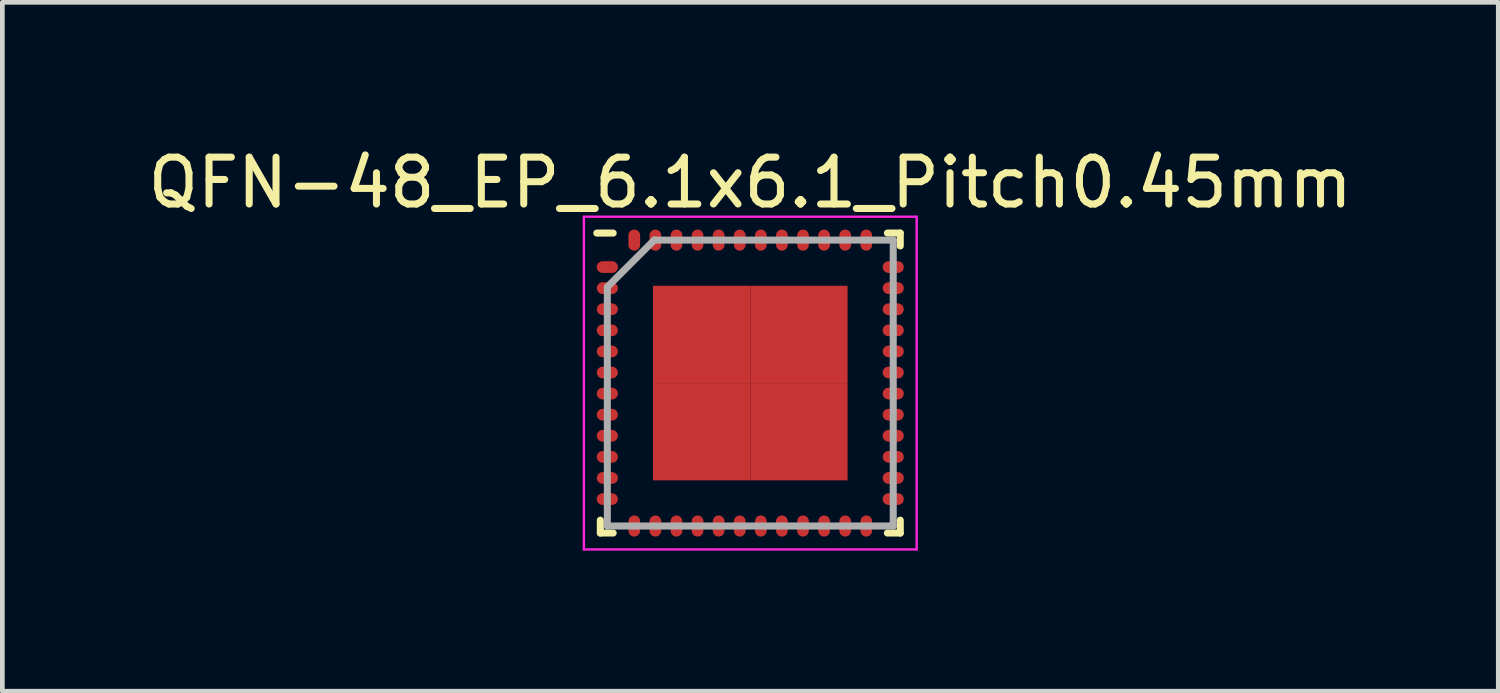
<source format=kicad_pcb>
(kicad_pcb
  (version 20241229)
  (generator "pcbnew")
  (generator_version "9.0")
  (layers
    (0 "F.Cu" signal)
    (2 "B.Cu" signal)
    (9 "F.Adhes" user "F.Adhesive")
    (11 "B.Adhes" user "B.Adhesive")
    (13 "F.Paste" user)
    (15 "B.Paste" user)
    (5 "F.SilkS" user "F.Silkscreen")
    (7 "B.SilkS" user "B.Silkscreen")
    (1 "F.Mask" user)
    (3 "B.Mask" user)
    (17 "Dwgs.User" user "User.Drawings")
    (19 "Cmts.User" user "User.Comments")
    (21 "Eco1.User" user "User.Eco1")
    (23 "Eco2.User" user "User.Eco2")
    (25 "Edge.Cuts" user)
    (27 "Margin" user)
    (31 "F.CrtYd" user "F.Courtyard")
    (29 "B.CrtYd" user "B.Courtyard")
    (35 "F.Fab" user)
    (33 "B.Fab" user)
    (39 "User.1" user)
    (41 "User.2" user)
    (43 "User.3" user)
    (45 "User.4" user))
  (footprint "QFN-48_EP_6.1x6.1_Pitch0.45mm"
    (layer "F.Cu")
    (at 12.958 5.123)
    (property "Reference" "QFN-48_EP_6.1x6.1_Pitch0.45mm" (at 0 -4.275 0) (layer "F.SilkS") (effects (font (size 1 1) (thickness 0.15))))
    (attr smd)
    (fp_line (start -3.2 3.2) (end -3.2 2.925) (stroke (width 0.15) (type solid)) (layer "F.SilkS"))
    (fp_line (start -2.925 -3.2) (end -3.275 -3.2) (stroke (width 0.15) (type solid)) (layer "F.SilkS"))
    (fp_line (start -2.925 3.2) (end -3.2 3.2) (stroke (width 0.15) (type solid)) (layer "F.SilkS"))
    (fp_line (start 2.925 -3.2) (end 3.2 -3.2) (stroke (width 0.15) (type solid)) (layer "F.SilkS"))
    (fp_line (start 2.925 3.2) (end 3.2 3.2) (stroke (width 0.15) (type solid)) (layer "F.SilkS"))
    (fp_line (start 3.2 -3.2) (end 3.2 -2.925) (stroke (width 0.15) (type solid)) (layer "F.SilkS"))
    (fp_line (start 3.2 3.2) (end 3.2 2.925) (stroke (width 0.15) (type solid)) (layer "F.SilkS"))
    (fp_line (start -3.55 -3.55) (end 3.55 -3.55) (stroke (width 0.05) (type solid)) (layer "F.CrtYd"))
    (fp_line (start -3.55 3.55) (end -3.55 -3.55) (stroke (width 0.05) (type solid)) (layer "F.CrtYd"))
    (fp_line (start 3.55 -3.55) (end 3.55 3.55) (stroke (width 0.05) (type solid)) (layer "F.CrtYd"))
    (fp_line (start 3.55 3.55) (end -3.55 3.55) (stroke (width 0.05) (type solid)) (layer "F.CrtYd"))
    (fp_line (start -3.05 -2.05) (end -3.05 3.05) (stroke (width 0.15) (type solid)) (layer "F.Fab"))
    (fp_line (start -3.05 3.05) (end 3.05 3.05) (stroke (width 0.15) (type solid)) (layer "F.Fab"))
    (fp_line (start -2.05 -3.05) (end -3.05 -2.05) (stroke (width 0.15) (type solid)) (layer "F.Fab"))
    (fp_line (start 3.05 -3.05) (end -2.05 -3.05) (stroke (width 0.15) (type solid)) (layer "F.Fab"))
    (fp_line (start 3.05 3.05) (end 3.05 -3.05) (stroke (width 0.15) (type solid)) (layer "F.Fab"))
    (pad "1" smd oval (at -3.05 -2.475 90) (size 0.25 0.45) (layers "F.Cu" "F.Mask" "F.Paste"))
    (pad "2" smd oval (at -3.05 -2.025 90) (size 0.25 0.45) (layers "F.Cu" "F.Mask" "F.Paste"))
    (pad "3" smd oval (at -3.05 -1.575 90) (size 0.25 0.45) (layers "F.Cu" "F.Mask" "F.Paste"))
    (pad "4" smd oval (at -3.05 -1.125 90) (size 0.25 0.45) (layers "F.Cu" "F.Mask" "F.Paste"))
    (pad "5" smd oval (at -3.05 -0.675 90) (size 0.25 0.45) (layers "F.Cu" "F.Mask" "F.Paste"))
    (pad "6" smd oval (at -3.05 -0.225 90) (size 0.25 0.45) (layers "F.Cu" "F.Mask" "F.Paste"))
    (pad "7" smd oval (at -3.05 0.225 90) (size 0.25 0.45) (layers "F.Cu" "F.Mask" "F.Paste"))
    (pad "8" smd oval (at -3.05 0.675 90) (size 0.25 0.45) (layers "F.Cu" "F.Mask" "F.Paste"))
    (pad "9" smd oval (at -3.05 1.125 90) (size 0.25 0.45) (layers "F.Cu" "F.Mask" "F.Paste"))
    (pad "10" smd oval (at -3.05 1.575 90) (size 0.25 0.45) (layers "F.Cu" "F.Mask" "F.Paste"))
    (pad "11" smd oval (at -3.05 2.025 90) (size 0.25 0.45) (layers "F.Cu" "F.Mask" "F.Paste"))
    (pad "12" smd oval (at -3.05 2.475 90) (size 0.25 0.45) (layers "F.Cu" "F.Mask" "F.Paste"))
    (pad "13" smd oval (at -2.475 3.05) (size 0.25 0.45) (layers "F.Cu" "F.Mask" "F.Paste"))
    (pad "14" smd oval (at -2.025 3.05) (size 0.25 0.45) (layers "F.Cu" "F.Mask" "F.Paste"))
    (pad "15" smd oval (at -1.575 3.05) (size 0.25 0.45) (layers "F.Cu" "F.Mask" "F.Paste"))
    (pad "16" smd oval (at -1.125 3.05) (size 0.25 0.45) (layers "F.Cu" "F.Mask" "F.Paste"))
    (pad "17" smd oval (at -0.675 3.05) (size 0.25 0.45) (layers "F.Cu" "F.Mask" "F.Paste"))
    (pad "18" smd oval (at -0.225 3.05) (size 0.25 0.45) (layers "F.Cu" "F.Mask" "F.Paste"))
    (pad "19" smd oval (at 0.225 3.05) (size 0.25 0.45) (layers "F.Cu" "F.Mask" "F.Paste"))
    (pad "20" smd oval (at 0.675 3.05) (size 0.25 0.45) (layers "F.Cu" "F.Mask" "F.Paste"))
    (pad "21" smd oval (at 1.125 3.05) (size 0.25 0.45) (layers "F.Cu" "F.Mask" "F.Paste"))
    (pad "22" smd oval (at 1.575 3.05) (size 0.25 0.45) (layers "F.Cu" "F.Mask" "F.Paste"))
    (pad "23" smd oval (at 2.025 3.05) (size 0.25 0.45) (layers "F.Cu" "F.Mask" "F.Paste"))
    (pad "24" smd oval (at 2.475 3.05) (size 0.25 0.45) (layers "F.Cu" "F.Mask" "F.Paste"))
    (pad "25" smd oval (at 3.05 2.475 90) (size 0.25 0.45) (layers "F.Cu" "F.Mask" "F.Paste"))
    (pad "26" smd oval (at 3.05 2.025 90) (size 0.25 0.45) (layers "F.Cu" "F.Mask" "F.Paste"))
    (pad "27" smd oval (at 3.05 1.575 90) (size 0.25 0.45) (layers "F.Cu" "F.Mask" "F.Paste"))
    (pad "28" smd oval (at 3.05 1.125 90) (size 0.25 0.45) (layers "F.Cu" "F.Mask" "F.Paste"))
    (pad "29" smd oval (at 3.05 0.675 90) (size 0.25 0.45) (layers "F.Cu" "F.Mask" "F.Paste"))
    (pad "30" smd oval (at 3.05 0.225 90) (size 0.25 0.45) (layers "F.Cu" "F.Mask" "F.Paste"))
    (pad "31" smd oval (at 3.05 -0.225 90) (size 0.25 0.45) (layers "F.Cu" "F.Mask" "F.Paste"))
    (pad "32" smd oval (at 3.05 -0.675 90) (size 0.25 0.45) (layers "F.Cu" "F.Mask" "F.Paste"))
    (pad "33" smd oval (at 3.05 -1.125 90) (size 0.25 0.45) (layers "F.Cu" "F.Mask" "F.Paste"))
    (pad "34" smd oval (at 3.05 -1.575 90) (size 0.25 0.45) (layers "F.Cu" "F.Mask" "F.Paste"))
    (pad "35" smd oval (at 3.05 -2.025 90) (size 0.25 0.45) (layers "F.Cu" "F.Mask" "F.Paste"))
    (pad "36" smd oval (at 3.05 -2.475 90) (size 0.25 0.45) (layers "F.Cu" "F.Mask" "F.Paste"))
    (pad "37" smd oval (at 2.475 -3.05) (size 0.25 0.45) (layers "F.Cu" "F.Mask" "F.Paste"))
    (pad "38" smd oval (at 2.025 -3.05) (size 0.25 0.45) (layers "F.Cu" "F.Mask" "F.Paste"))
    (pad "39" smd oval (at 1.575 -3.05) (size 0.25 0.45) (layers "F.Cu" "F.Mask" "F.Paste"))
    (pad "40" smd oval (at 1.125 -3.05) (size 0.25 0.45) (layers "F.Cu" "F.Mask" "F.Paste"))
    (pad "41" smd oval (at 0.675 -3.05) (size 0.25 0.45) (layers "F.Cu" "F.Mask" "F.Paste"))
    (pad "42" smd oval (at 0.225 -3.05) (size 0.25 0.45) (layers "F.Cu" "F.Mask" "F.Paste"))
    (pad "43" smd oval (at -0.225 -3.05) (size 0.25 0.45) (layers "F.Cu" "F.Mask" "F.Paste"))
    (pad "44" smd oval (at -0.675 -3.05) (size 0.25 0.45) (layers "F.Cu" "F.Mask" "F.Paste"))
    (pad "45" smd oval (at -1.125 -3.05) (size 0.25 0.45) (layers "F.Cu" "F.Mask" "F.Paste"))
    (pad "46" smd oval (at -1.575 -3.05) (size 0.25 0.45) (layers "F.Cu" "F.Mask" "F.Paste"))
    (pad "47" smd oval (at -2.025 -3.05) (size 0.25 0.45) (layers "F.Cu" "F.Mask" "F.Paste"))
    (pad "48" smd oval (at -2.475 -3.05) (size 0.25 0.45) (layers "F.Cu" "F.Mask" "F.Paste"))
    (pad "49" smd rect (at -1.038 -1.038) (size 2.075 2.075) (layers "F.Cu" "F.Mask" "F.Paste"))
    (pad "49" smd rect (at -1.038 1.038) (size 2.075 2.075) (layers "F.Cu" "F.Mask" "F.Paste"))
    (pad "49" smd rect (at 1.038 -1.038) (size 2.075 2.075) (layers "F.Cu" "F.Mask" "F.Paste"))
    (pad "49" smd rect (at 1.038 1.038) (size 2.075 2.075) (layers "F.Cu" "F.Mask" "F.Paste")))
  (gr_rect
    (start -3 -3)
    (end 28.917 11.698)
    (stroke (width 0.1) (type default))
    (fill no)
    (layer "Edge.Cuts")))
</source>
